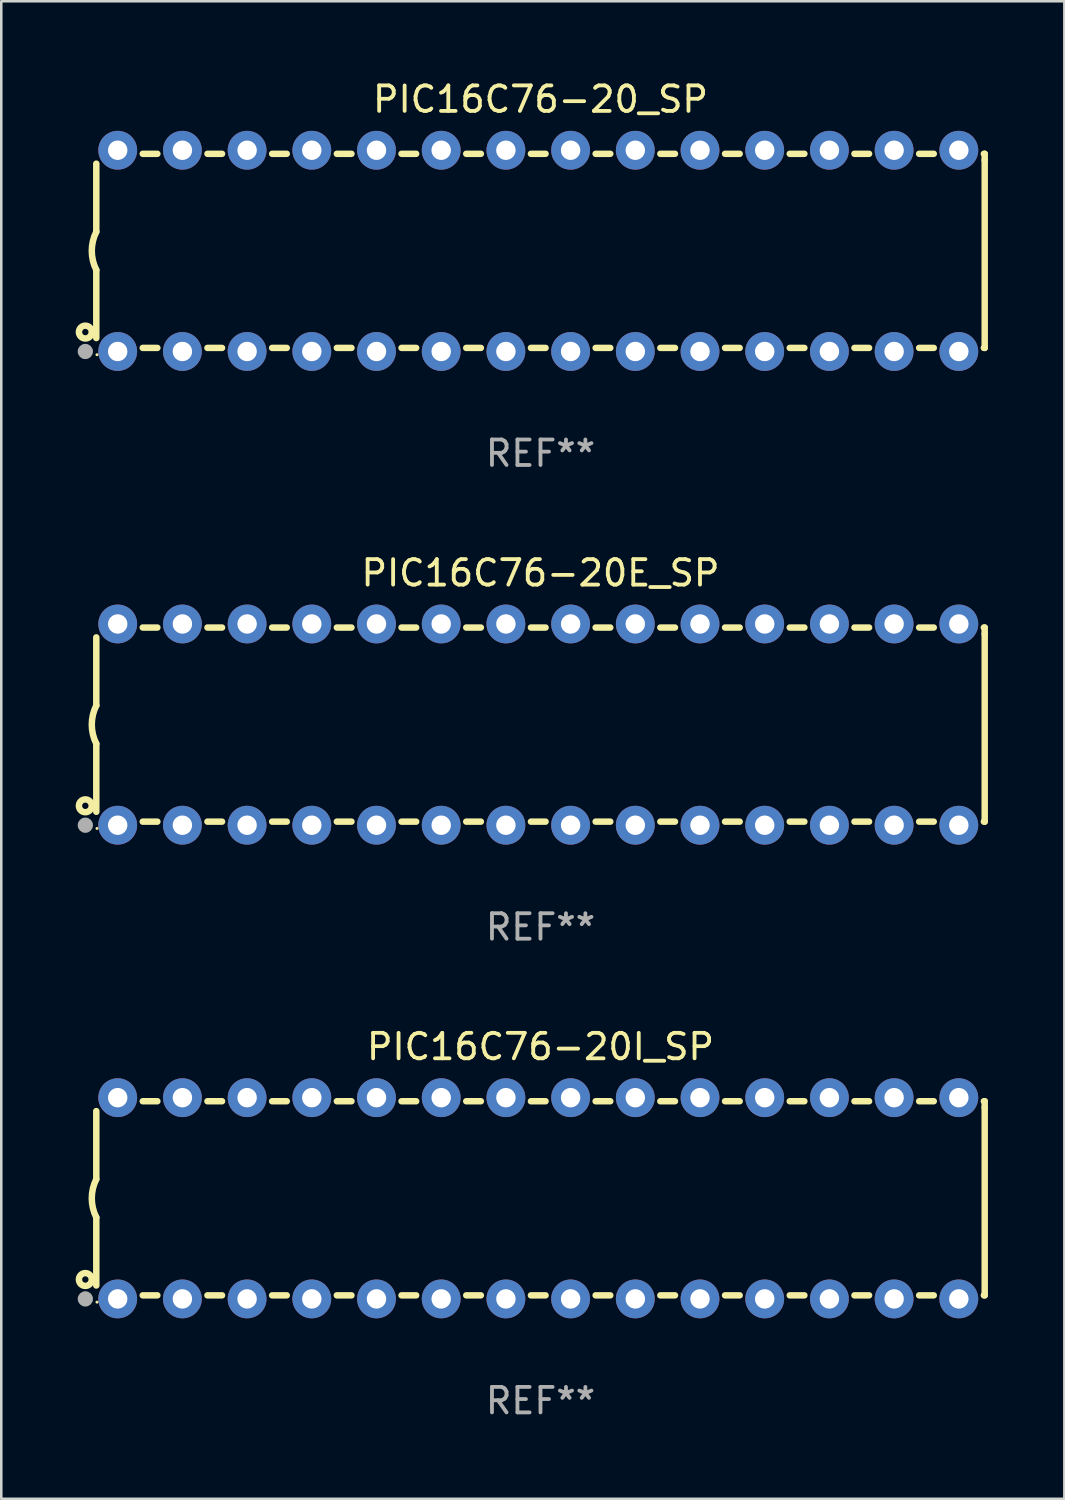
<source format=kicad_pcb>
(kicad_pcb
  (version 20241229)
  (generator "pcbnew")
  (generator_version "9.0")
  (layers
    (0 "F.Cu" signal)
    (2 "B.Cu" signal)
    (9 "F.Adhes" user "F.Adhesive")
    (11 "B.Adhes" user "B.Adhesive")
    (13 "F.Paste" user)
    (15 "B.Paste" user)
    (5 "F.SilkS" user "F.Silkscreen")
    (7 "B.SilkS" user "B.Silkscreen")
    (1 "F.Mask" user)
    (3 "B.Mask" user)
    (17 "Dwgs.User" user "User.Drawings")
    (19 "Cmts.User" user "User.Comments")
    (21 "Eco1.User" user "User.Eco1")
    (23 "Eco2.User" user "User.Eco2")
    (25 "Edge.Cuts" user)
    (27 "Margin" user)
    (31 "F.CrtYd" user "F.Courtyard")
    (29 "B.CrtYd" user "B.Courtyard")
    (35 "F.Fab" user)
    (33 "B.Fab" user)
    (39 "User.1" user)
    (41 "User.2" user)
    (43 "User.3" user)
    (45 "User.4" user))
  (footprint "PIC16C76-20E_SP"
    (layer "F.Cu")
    (at 18.168 25.395)
    (property "Reference" "PIC16C76-20E_SP" (at 0 -5.95 0) (layer "F.SilkS") (effects (font (size 1 1) (thickness 0.15))))
    (attr through_hole)
    (fp_line (start -17.438 0.75) (end -17.438 3.423) (stroke (width 0.254) (type solid)) (layer "F.SilkS"))
    (fp_line (start -17.438 -3.423) (end -17.438 -0.75) (stroke (width 0.254) (type solid)) (layer "F.SilkS"))
    (fp_line (start -15.615 3.81) (end -15.041 3.81) (stroke (width 0.254) (type solid)) (layer "F.SilkS"))
    (fp_line (start -15.041 -3.81) (end -15.614 -3.81) (stroke (width 0.254) (type solid)) (layer "F.SilkS"))
    (fp_line (start -13.075 3.81) (end -12.501 3.81) (stroke (width 0.254) (type solid)) (layer "F.SilkS"))
    (fp_line (start -12.501 -3.81) (end -13.074 -3.81) (stroke (width 0.254) (type solid)) (layer "F.SilkS"))
    (fp_line (start -10.535 3.81) (end -9.961 3.81) (stroke (width 0.254) (type solid)) (layer "F.SilkS"))
    (fp_line (start -9.961 -3.81) (end -10.534 -3.81) (stroke (width 0.254) (type solid)) (layer "F.SilkS"))
    (fp_line (start -7.995 3.81) (end -7.421 3.81) (stroke (width 0.254) (type solid)) (layer "F.SilkS"))
    (fp_line (start -7.421 -3.81) (end -7.995 -3.81) (stroke (width 0.254) (type solid)) (layer "F.SilkS"))
    (fp_line (start -5.455 3.81) (end -4.881 3.81) (stroke (width 0.254) (type solid)) (layer "F.SilkS"))
    (fp_line (start -4.881 -3.81) (end -5.455 -3.81) (stroke (width 0.254) (type solid)) (layer "F.SilkS"))
    (fp_line (start -2.915 3.81) (end -2.341 3.81) (stroke (width 0.254) (type solid)) (layer "F.SilkS"))
    (fp_line (start -2.341 -3.81) (end -2.915 -3.81) (stroke (width 0.254) (type solid)) (layer "F.SilkS"))
    (fp_line (start -0.375 3.81) (end 0.199 3.81) (stroke (width 0.254) (type solid)) (layer "F.SilkS"))
    (fp_line (start 0.199 -3.81) (end -0.375 -3.81) (stroke (width 0.254) (type solid)) (layer "F.SilkS"))
    (fp_line (start 2.165 3.81) (end 2.739 3.81) (stroke (width 0.254) (type solid)) (layer "F.SilkS"))
    (fp_line (start 2.739 -3.81) (end 2.165 -3.81) (stroke (width 0.254) (type solid)) (layer "F.SilkS"))
    (fp_line (start 4.705 3.81) (end 5.279 3.81) (stroke (width 0.254) (type solid)) (layer "F.SilkS"))
    (fp_line (start 5.279 -3.81) (end 4.705 -3.81) (stroke (width 0.254) (type solid)) (layer "F.SilkS"))
    (fp_line (start 7.245 3.81) (end 7.819 3.81) (stroke (width 0.254) (type solid)) (layer "F.SilkS"))
    (fp_line (start 7.819 -3.81) (end 7.245 -3.81) (stroke (width 0.254) (type solid)) (layer "F.SilkS"))
    (fp_line (start 9.785 3.81) (end 10.359 3.81) (stroke (width 0.254) (type solid)) (layer "F.SilkS"))
    (fp_line (start 10.359 -3.81) (end 9.785 -3.81) (stroke (width 0.254) (type solid)) (layer "F.SilkS"))
    (fp_line (start 12.325 3.81) (end 12.899 3.81) (stroke (width 0.254) (type solid)) (layer "F.SilkS"))
    (fp_line (start 12.899 -3.81) (end 12.325 -3.81) (stroke (width 0.254) (type solid)) (layer "F.SilkS"))
    (fp_line (start 14.865 3.81) (end 15.439 3.81) (stroke (width 0.254) (type solid)) (layer "F.SilkS"))
    (fp_line (start 15.439 -3.81) (end 14.865 -3.81) (stroke (width 0.254) (type solid)) (layer "F.SilkS"))
    (fp_line (start 17.405 3.81) (end 17.438 3.81) (stroke (width 0.254) (type solid)) (layer "F.SilkS"))
    (fp_line (start 17.438 -3.81) (end 17.405 -3.81) (stroke (width 0.254) (type solid)) (layer "F.SilkS"))
    (fp_line (start 17.438 -3.556) (end 17.438 -3.81) (stroke (width 0.254) (type solid)) (layer "F.SilkS"))
    (fp_line (start 17.438 3.81) (end 17.438 -3.556) (stroke (width 0.254) (type solid)) (layer "F.SilkS"))
    (fp_arc (start -17.437986 0.749657) (mid -17.614887 -0.000024) (end -17.437783 -0.749657) (stroke (width 0.254001) (type solid)) (layer "F.SilkS"))
    (fp_circle (center -17.868 3.188) (end -17.743 3.188) (stroke (width 0.254) (type solid)) (fill no) (layer "F.SilkS"))
    (fp_circle (center -17.411 4.077) (end -17.381 4.077) (stroke (width 0.06) (type solid)) (fill no) (layer "F.SilkS"))
    (fp_circle (center -17.868 3.95) (end -17.718 3.95) (stroke (width 0.3) (type solid)) (fill no) (layer "F.Fab"))
    (fp_text user "REF**" (at 0 7.95 0) (layer "F.Fab") (effects (font (size 1 1) (thickness 0.15))))
    (pad "1" thru_hole circle (at -16.598 3.95) (size 1.524 1.524) (drill 0.762) (layers "*.Cu" "*.Mask"))
    (pad "2" thru_hole circle (at -14.058 3.95) (size 1.524 1.524) (drill 0.762) (layers "*.Cu" "*.Mask"))
    (pad "3" thru_hole circle (at -11.518 3.95) (size 1.524 1.524) (drill 0.762) (layers "*.Cu" "*.Mask"))
    (pad "4" thru_hole circle (at -8.978 3.95) (size 1.524 1.524) (drill 0.762) (layers "*.Cu" "*.Mask"))
    (pad "5" thru_hole circle (at -6.438 3.95) (size 1.524 1.524) (drill 0.762) (layers "*.Cu" "*.Mask"))
    (pad "6" thru_hole circle (at -3.898 3.95) (size 1.524 1.524) (drill 0.762) (layers "*.Cu" "*.Mask"))
    (pad "7" thru_hole circle (at -1.358 3.95) (size 1.524 1.524) (drill 0.762) (layers "*.Cu" "*.Mask"))
    (pad "8" thru_hole circle (at 1.182 3.95) (size 1.524 1.524) (drill 0.762) (layers "*.Cu" "*.Mask"))
    (pad "9" thru_hole circle (at 3.722 3.95) (size 1.524 1.524) (drill 0.762) (layers "*.Cu" "*.Mask"))
    (pad "10" thru_hole circle (at 6.262 3.95) (size 1.524 1.524) (drill 0.762) (layers "*.Cu" "*.Mask"))
    (pad "11" thru_hole circle (at 8.802 3.95) (size 1.524 1.524) (drill 0.762) (layers "*.Cu" "*.Mask"))
    (pad "12" thru_hole circle (at 11.342 3.95) (size 1.524 1.524) (drill 0.762) (layers "*.Cu" "*.Mask"))
    (pad "13" thru_hole circle (at 13.882 3.95) (size 1.524 1.524) (drill 0.762) (layers "*.Cu" "*.Mask"))
    (pad "14" thru_hole circle (at 16.422 3.95) (size 1.524 1.524) (drill 0.762) (layers "*.Cu" "*.Mask"))
    (pad "15" thru_hole circle (at 16.422 -3.95) (size 1.524 1.524) (drill 0.762) (layers "*.Cu" "*.Mask"))
    (pad "16" thru_hole circle (at 13.882 -3.95) (size 1.524 1.524) (drill 0.762) (layers "*.Cu" "*.Mask"))
    (pad "17" thru_hole circle (at 11.342 -3.95) (size 1.524 1.524) (drill 0.762) (layers "*.Cu" "*.Mask"))
    (pad "18" thru_hole circle (at 8.802 -3.95) (size 1.524 1.524) (drill 0.762) (layers "*.Cu" "*.Mask"))
    (pad "19" thru_hole circle (at 6.262 -3.95) (size 1.524 1.524) (drill 0.762) (layers "*.Cu" "*.Mask"))
    (pad "20" thru_hole circle (at 3.722 -3.95) (size 1.524 1.524) (drill 0.762) (layers "*.Cu" "*.Mask"))
    (pad "21" thru_hole circle (at 1.182 -3.95) (size 1.524 1.524) (drill 0.762) (layers "*.Cu" "*.Mask"))
    (pad "22" thru_hole circle (at -1.358 -3.95) (size 1.524 1.524) (drill 0.762) (layers "*.Cu" "*.Mask"))
    (pad "23" thru_hole circle (at -3.898 -3.95) (size 1.524 1.524) (drill 0.762) (layers "*.Cu" "*.Mask"))
    (pad "24" thru_hole circle (at -6.438 -3.95) (size 1.524 1.524) (drill 0.762) (layers "*.Cu" "*.Mask"))
    (pad "25" thru_hole circle (at -8.978 -3.95) (size 1.524 1.524) (drill 0.762) (layers "*.Cu" "*.Mask"))
    (pad "26" thru_hole circle (at -11.517 -3.95) (size 1.524 1.524) (drill 0.762) (layers "*.Cu" "*.Mask"))
    (pad "27" thru_hole circle (at -14.057 -3.95) (size 1.524 1.524) (drill 0.762) (layers "*.Cu" "*.Mask"))
    (pad "28" thru_hole circle (at -16.597 -3.95) (size 1.524 1.524) (drill 0.762) (layers "*.Cu" "*.Mask")))
  (footprint "PIC16C76-20I_SP"
    (layer "F.Cu")
    (at 18.168 43.991)
    (property "Reference" "PIC16C76-20I_SP" (at 0 -5.95 0) (layer "F.SilkS") (effects (font (size 1 1) (thickness 0.15))))
    (attr through_hole)
    (fp_line (start -17.438 0.75) (end -17.438 3.423) (stroke (width 0.254) (type solid)) (layer "F.SilkS"))
    (fp_line (start -17.438 -3.423) (end -17.438 -0.75) (stroke (width 0.254) (type solid)) (layer "F.SilkS"))
    (fp_line (start -15.615 3.81) (end -15.041 3.81) (stroke (width 0.254) (type solid)) (layer "F.SilkS"))
    (fp_line (start -15.041 -3.81) (end -15.614 -3.81) (stroke (width 0.254) (type solid)) (layer "F.SilkS"))
    (fp_line (start -13.075 3.81) (end -12.501 3.81) (stroke (width 0.254) (type solid)) (layer "F.SilkS"))
    (fp_line (start -12.501 -3.81) (end -13.074 -3.81) (stroke (width 0.254) (type solid)) (layer "F.SilkS"))
    (fp_line (start -10.535 3.81) (end -9.961 3.81) (stroke (width 0.254) (type solid)) (layer "F.SilkS"))
    (fp_line (start -9.961 -3.81) (end -10.534 -3.81) (stroke (width 0.254) (type solid)) (layer "F.SilkS"))
    (fp_line (start -7.995 3.81) (end -7.421 3.81) (stroke (width 0.254) (type solid)) (layer "F.SilkS"))
    (fp_line (start -7.421 -3.81) (end -7.995 -3.81) (stroke (width 0.254) (type solid)) (layer "F.SilkS"))
    (fp_line (start -5.455 3.81) (end -4.881 3.81) (stroke (width 0.254) (type solid)) (layer "F.SilkS"))
    (fp_line (start -4.881 -3.81) (end -5.455 -3.81) (stroke (width 0.254) (type solid)) (layer "F.SilkS"))
    (fp_line (start -2.915 3.81) (end -2.341 3.81) (stroke (width 0.254) (type solid)) (layer "F.SilkS"))
    (fp_line (start -2.341 -3.81) (end -2.915 -3.81) (stroke (width 0.254) (type solid)) (layer "F.SilkS"))
    (fp_line (start -0.375 3.81) (end 0.199 3.81) (stroke (width 0.254) (type solid)) (layer "F.SilkS"))
    (fp_line (start 0.199 -3.81) (end -0.375 -3.81) (stroke (width 0.254) (type solid)) (layer "F.SilkS"))
    (fp_line (start 2.165 3.81) (end 2.739 3.81) (stroke (width 0.254) (type solid)) (layer "F.SilkS"))
    (fp_line (start 2.739 -3.81) (end 2.165 -3.81) (stroke (width 0.254) (type solid)) (layer "F.SilkS"))
    (fp_line (start 4.705 3.81) (end 5.279 3.81) (stroke (width 0.254) (type solid)) (layer "F.SilkS"))
    (fp_line (start 5.279 -3.81) (end 4.705 -3.81) (stroke (width 0.254) (type solid)) (layer "F.SilkS"))
    (fp_line (start 7.245 3.81) (end 7.819 3.81) (stroke (width 0.254) (type solid)) (layer "F.SilkS"))
    (fp_line (start 7.819 -3.81) (end 7.245 -3.81) (stroke (width 0.254) (type solid)) (layer "F.SilkS"))
    (fp_line (start 9.785 3.81) (end 10.359 3.81) (stroke (width 0.254) (type solid)) (layer "F.SilkS"))
    (fp_line (start 10.359 -3.81) (end 9.785 -3.81) (stroke (width 0.254) (type solid)) (layer "F.SilkS"))
    (fp_line (start 12.325 3.81) (end 12.899 3.81) (stroke (width 0.254) (type solid)) (layer "F.SilkS"))
    (fp_line (start 12.899 -3.81) (end 12.325 -3.81) (stroke (width 0.254) (type solid)) (layer "F.SilkS"))
    (fp_line (start 14.865 3.81) (end 15.439 3.81) (stroke (width 0.254) (type solid)) (layer "F.SilkS"))
    (fp_line (start 15.439 -3.81) (end 14.865 -3.81) (stroke (width 0.254) (type solid)) (layer "F.SilkS"))
    (fp_line (start 17.405 3.81) (end 17.438 3.81) (stroke (width 0.254) (type solid)) (layer "F.SilkS"))
    (fp_line (start 17.438 -3.81) (end 17.405 -3.81) (stroke (width 0.254) (type solid)) (layer "F.SilkS"))
    (fp_line (start 17.438 -3.556) (end 17.438 -3.81) (stroke (width 0.254) (type solid)) (layer "F.SilkS"))
    (fp_line (start 17.438 3.81) (end 17.438 -3.556) (stroke (width 0.254) (type solid)) (layer "F.SilkS"))
    (fp_arc (start -17.437986 0.749657) (mid -17.614887 -0.000024) (end -17.437783 -0.749657) (stroke (width 0.254001) (type solid)) (layer "F.SilkS"))
    (fp_circle (center -17.868 3.188) (end -17.743 3.188) (stroke (width 0.254) (type solid)) (fill no) (layer "F.SilkS"))
    (fp_circle (center -17.411 4.077) (end -17.381 4.077) (stroke (width 0.06) (type solid)) (fill no) (layer "F.SilkS"))
    (fp_circle (center -17.868 3.95) (end -17.718 3.95) (stroke (width 0.3) (type solid)) (fill no) (layer "F.Fab"))
    (fp_text user "REF**" (at 0 7.95 0) (layer "F.Fab") (effects (font (size 1 1) (thickness 0.15))))
    (pad "1" thru_hole circle (at -16.598 3.95) (size 1.524 1.524) (drill 0.762) (layers "*.Cu" "*.Mask"))
    (pad "2" thru_hole circle (at -14.058 3.95) (size 1.524 1.524) (drill 0.762) (layers "*.Cu" "*.Mask"))
    (pad "3" thru_hole circle (at -11.518 3.95) (size 1.524 1.524) (drill 0.762) (layers "*.Cu" "*.Mask"))
    (pad "4" thru_hole circle (at -8.978 3.95) (size 1.524 1.524) (drill 0.762) (layers "*.Cu" "*.Mask"))
    (pad "5" thru_hole circle (at -6.438 3.95) (size 1.524 1.524) (drill 0.762) (layers "*.Cu" "*.Mask"))
    (pad "6" thru_hole circle (at -3.898 3.95) (size 1.524 1.524) (drill 0.762) (layers "*.Cu" "*.Mask"))
    (pad "7" thru_hole circle (at -1.358 3.95) (size 1.524 1.524) (drill 0.762) (layers "*.Cu" "*.Mask"))
    (pad "8" thru_hole circle (at 1.182 3.95) (size 1.524 1.524) (drill 0.762) (layers "*.Cu" "*.Mask"))
    (pad "9" thru_hole circle (at 3.722 3.95) (size 1.524 1.524) (drill 0.762) (layers "*.Cu" "*.Mask"))
    (pad "10" thru_hole circle (at 6.262 3.95) (size 1.524 1.524) (drill 0.762) (layers "*.Cu" "*.Mask"))
    (pad "11" thru_hole circle (at 8.802 3.95) (size 1.524 1.524) (drill 0.762) (layers "*.Cu" "*.Mask"))
    (pad "12" thru_hole circle (at 11.342 3.95) (size 1.524 1.524) (drill 0.762) (layers "*.Cu" "*.Mask"))
    (pad "13" thru_hole circle (at 13.882 3.95) (size 1.524 1.524) (drill 0.762) (layers "*.Cu" "*.Mask"))
    (pad "14" thru_hole circle (at 16.422 3.95) (size 1.524 1.524) (drill 0.762) (layers "*.Cu" "*.Mask"))
    (pad "15" thru_hole circle (at 16.422 -3.95) (size 1.524 1.524) (drill 0.762) (layers "*.Cu" "*.Mask"))
    (pad "16" thru_hole circle (at 13.882 -3.95) (size 1.524 1.524) (drill 0.762) (layers "*.Cu" "*.Mask"))
    (pad "17" thru_hole circle (at 11.342 -3.95) (size 1.524 1.524) (drill 0.762) (layers "*.Cu" "*.Mask"))
    (pad "18" thru_hole circle (at 8.802 -3.95) (size 1.524 1.524) (drill 0.762) (layers "*.Cu" "*.Mask"))
    (pad "19" thru_hole circle (at 6.262 -3.95) (size 1.524 1.524) (drill 0.762) (layers "*.Cu" "*.Mask"))
    (pad "20" thru_hole circle (at 3.722 -3.95) (size 1.524 1.524) (drill 0.762) (layers "*.Cu" "*.Mask"))
    (pad "21" thru_hole circle (at 1.182 -3.95) (size 1.524 1.524) (drill 0.762) (layers "*.Cu" "*.Mask"))
    (pad "22" thru_hole circle (at -1.358 -3.95) (size 1.524 1.524) (drill 0.762) (layers "*.Cu" "*.Mask"))
    (pad "23" thru_hole circle (at -3.898 -3.95) (size 1.524 1.524) (drill 0.762) (layers "*.Cu" "*.Mask"))
    (pad "24" thru_hole circle (at -6.438 -3.95) (size 1.524 1.524) (drill 0.762) (layers "*.Cu" "*.Mask"))
    (pad "25" thru_hole circle (at -8.978 -3.95) (size 1.524 1.524) (drill 0.762) (layers "*.Cu" "*.Mask"))
    (pad "26" thru_hole circle (at -11.517 -3.95) (size 1.524 1.524) (drill 0.762) (layers "*.Cu" "*.Mask"))
    (pad "27" thru_hole circle (at -14.057 -3.95) (size 1.524 1.524) (drill 0.762) (layers "*.Cu" "*.Mask"))
    (pad "28" thru_hole circle (at -16.597 -3.95) (size 1.524 1.524) (drill 0.762) (layers "*.Cu" "*.Mask")))
  (footprint "PIC16C76-20_SP"
    (layer "F.Cu")
    (at 18.168 6.798)
    (property "Reference" "PIC16C76-20_SP" (at 0 -5.95 0) (layer "F.SilkS") (effects (font (size 1 1) (thickness 0.15))))
    (attr through_hole)
    (fp_line (start -17.438 0.75) (end -17.438 3.423) (stroke (width 0.254) (type solid)) (layer "F.SilkS"))
    (fp_line (start -17.438 -3.423) (end -17.438 -0.75) (stroke (width 0.254) (type solid)) (layer "F.SilkS"))
    (fp_line (start -15.615 3.81) (end -15.041 3.81) (stroke (width 0.254) (type solid)) (layer "F.SilkS"))
    (fp_line (start -15.041 -3.81) (end -15.614 -3.81) (stroke (width 0.254) (type solid)) (layer "F.SilkS"))
    (fp_line (start -13.075 3.81) (end -12.501 3.81) (stroke (width 0.254) (type solid)) (layer "F.SilkS"))
    (fp_line (start -12.501 -3.81) (end -13.074 -3.81) (stroke (width 0.254) (type solid)) (layer "F.SilkS"))
    (fp_line (start -10.535 3.81) (end -9.961 3.81) (stroke (width 0.254) (type solid)) (layer "F.SilkS"))
    (fp_line (start -9.961 -3.81) (end -10.534 -3.81) (stroke (width 0.254) (type solid)) (layer "F.SilkS"))
    (fp_line (start -7.995 3.81) (end -7.421 3.81) (stroke (width 0.254) (type solid)) (layer "F.SilkS"))
    (fp_line (start -7.421 -3.81) (end -7.995 -3.81) (stroke (width 0.254) (type solid)) (layer "F.SilkS"))
    (fp_line (start -5.455 3.81) (end -4.881 3.81) (stroke (width 0.254) (type solid)) (layer "F.SilkS"))
    (fp_line (start -4.881 -3.81) (end -5.455 -3.81) (stroke (width 0.254) (type solid)) (layer "F.SilkS"))
    (fp_line (start -2.915 3.81) (end -2.341 3.81) (stroke (width 0.254) (type solid)) (layer "F.SilkS"))
    (fp_line (start -2.341 -3.81) (end -2.915 -3.81) (stroke (width 0.254) (type solid)) (layer "F.SilkS"))
    (fp_line (start -0.375 3.81) (end 0.199 3.81) (stroke (width 0.254) (type solid)) (layer "F.SilkS"))
    (fp_line (start 0.199 -3.81) (end -0.375 -3.81) (stroke (width 0.254) (type solid)) (layer "F.SilkS"))
    (fp_line (start 2.165 3.81) (end 2.739 3.81) (stroke (width 0.254) (type solid)) (layer "F.SilkS"))
    (fp_line (start 2.739 -3.81) (end 2.165 -3.81) (stroke (width 0.254) (type solid)) (layer "F.SilkS"))
    (fp_line (start 4.705 3.81) (end 5.279 3.81) (stroke (width 0.254) (type solid)) (layer "F.SilkS"))
    (fp_line (start 5.279 -3.81) (end 4.705 -3.81) (stroke (width 0.254) (type solid)) (layer "F.SilkS"))
    (fp_line (start 7.245 3.81) (end 7.819 3.81) (stroke (width 0.254) (type solid)) (layer "F.SilkS"))
    (fp_line (start 7.819 -3.81) (end 7.245 -3.81) (stroke (width 0.254) (type solid)) (layer "F.SilkS"))
    (fp_line (start 9.785 3.81) (end 10.359 3.81) (stroke (width 0.254) (type solid)) (layer "F.SilkS"))
    (fp_line (start 10.359 -3.81) (end 9.785 -3.81) (stroke (width 0.254) (type solid)) (layer "F.SilkS"))
    (fp_line (start 12.325 3.81) (end 12.899 3.81) (stroke (width 0.254) (type solid)) (layer "F.SilkS"))
    (fp_line (start 12.899 -3.81) (end 12.325 -3.81) (stroke (width 0.254) (type solid)) (layer "F.SilkS"))
    (fp_line (start 14.865 3.81) (end 15.439 3.81) (stroke (width 0.254) (type solid)) (layer "F.SilkS"))
    (fp_line (start 15.439 -3.81) (end 14.865 -3.81) (stroke (width 0.254) (type solid)) (layer "F.SilkS"))
    (fp_line (start 17.405 3.81) (end 17.438 3.81) (stroke (width 0.254) (type solid)) (layer "F.SilkS"))
    (fp_line (start 17.438 -3.81) (end 17.405 -3.81) (stroke (width 0.254) (type solid)) (layer "F.SilkS"))
    (fp_line (start 17.438 -3.556) (end 17.438 -3.81) (stroke (width 0.254) (type solid)) (layer "F.SilkS"))
    (fp_line (start 17.438 3.81) (end 17.438 -3.556) (stroke (width 0.254) (type solid)) (layer "F.SilkS"))
    (fp_arc (start -17.437986 0.749657) (mid -17.614887 -0.000024) (end -17.437783 -0.749657) (stroke (width 0.254001) (type solid)) (layer "F.SilkS"))
    (fp_circle (center -17.868 3.188) (end -17.743 3.188) (stroke (width 0.254) (type solid)) (fill no) (layer "F.SilkS"))
    (fp_circle (center -17.411 4.077) (end -17.381 4.077) (stroke (width 0.06) (type solid)) (fill no) (layer "F.SilkS"))
    (fp_circle (center -17.868 3.95) (end -17.718 3.95) (stroke (width 0.3) (type solid)) (fill no) (layer "F.Fab"))
    (fp_text user "REF**" (at 0 7.95 0) (layer "F.Fab") (effects (font (size 1 1) (thickness 0.15))))
    (pad "1" thru_hole circle (at -16.598 3.95) (size 1.524 1.524) (drill 0.762) (layers "*.Cu" "*.Mask"))
    (pad "2" thru_hole circle (at -14.058 3.95) (size 1.524 1.524) (drill 0.762) (layers "*.Cu" "*.Mask"))
    (pad "3" thru_hole circle (at -11.518 3.95) (size 1.524 1.524) (drill 0.762) (layers "*.Cu" "*.Mask"))
    (pad "4" thru_hole circle (at -8.978 3.95) (size 1.524 1.524) (drill 0.762) (layers "*.Cu" "*.Mask"))
    (pad "5" thru_hole circle (at -6.438 3.95) (size 1.524 1.524) (drill 0.762) (layers "*.Cu" "*.Mask"))
    (pad "6" thru_hole circle (at -3.898 3.95) (size 1.524 1.524) (drill 0.762) (layers "*.Cu" "*.Mask"))
    (pad "7" thru_hole circle (at -1.358 3.95) (size 1.524 1.524) (drill 0.762) (layers "*.Cu" "*.Mask"))
    (pad "8" thru_hole circle (at 1.182 3.95) (size 1.524 1.524) (drill 0.762) (layers "*.Cu" "*.Mask"))
    (pad "9" thru_hole circle (at 3.722 3.95) (size 1.524 1.524) (drill 0.762) (layers "*.Cu" "*.Mask"))
    (pad "10" thru_hole circle (at 6.262 3.95) (size 1.524 1.524) (drill 0.762) (layers "*.Cu" "*.Mask"))
    (pad "11" thru_hole circle (at 8.802 3.95) (size 1.524 1.524) (drill 0.762) (layers "*.Cu" "*.Mask"))
    (pad "12" thru_hole circle (at 11.342 3.95) (size 1.524 1.524) (drill 0.762) (layers "*.Cu" "*.Mask"))
    (pad "13" thru_hole circle (at 13.882 3.95) (size 1.524 1.524) (drill 0.762) (layers "*.Cu" "*.Mask"))
    (pad "14" thru_hole circle (at 16.422 3.95) (size 1.524 1.524) (drill 0.762) (layers "*.Cu" "*.Mask"))
    (pad "15" thru_hole circle (at 16.422 -3.95) (size 1.524 1.524) (drill 0.762) (layers "*.Cu" "*.Mask"))
    (pad "16" thru_hole circle (at 13.882 -3.95) (size 1.524 1.524) (drill 0.762) (layers "*.Cu" "*.Mask"))
    (pad "17" thru_hole circle (at 11.342 -3.95) (size 1.524 1.524) (drill 0.762) (layers "*.Cu" "*.Mask"))
    (pad "18" thru_hole circle (at 8.802 -3.95) (size 1.524 1.524) (drill 0.762) (layers "*.Cu" "*.Mask"))
    (pad "19" thru_hole circle (at 6.262 -3.95) (size 1.524 1.524) (drill 0.762) (layers "*.Cu" "*.Mask"))
    (pad "20" thru_hole circle (at 3.722 -3.95) (size 1.524 1.524) (drill 0.762) (layers "*.Cu" "*.Mask"))
    (pad "21" thru_hole circle (at 1.182 -3.95) (size 1.524 1.524) (drill 0.762) (layers "*.Cu" "*.Mask"))
    (pad "22" thru_hole circle (at -1.358 -3.95) (size 1.524 1.524) (drill 0.762) (layers "*.Cu" "*.Mask"))
    (pad "23" thru_hole circle (at -3.898 -3.95) (size 1.524 1.524) (drill 0.762) (layers "*.Cu" "*.Mask"))
    (pad "24" thru_hole circle (at -6.438 -3.95) (size 1.524 1.524) (drill 0.762) (layers "*.Cu" "*.Mask"))
    (pad "25" thru_hole circle (at -8.978 -3.95) (size 1.524 1.524) (drill 0.762) (layers "*.Cu" "*.Mask"))
    (pad "26" thru_hole circle (at -11.517 -3.95) (size 1.524 1.524) (drill 0.762) (layers "*.Cu" "*.Mask"))
    (pad "27" thru_hole circle (at -14.057 -3.95) (size 1.524 1.524) (drill 0.762) (layers "*.Cu" "*.Mask"))
    (pad "28" thru_hole circle (at -16.597 -3.95) (size 1.524 1.524) (drill 0.762) (layers "*.Cu" "*.Mask")))
  (gr_rect
    (start -3 -3)
    (end 38.733 55.789)
    (stroke (width 0.1) (type default))
    (fill no)
    (layer "Edge.Cuts")))
</source>
